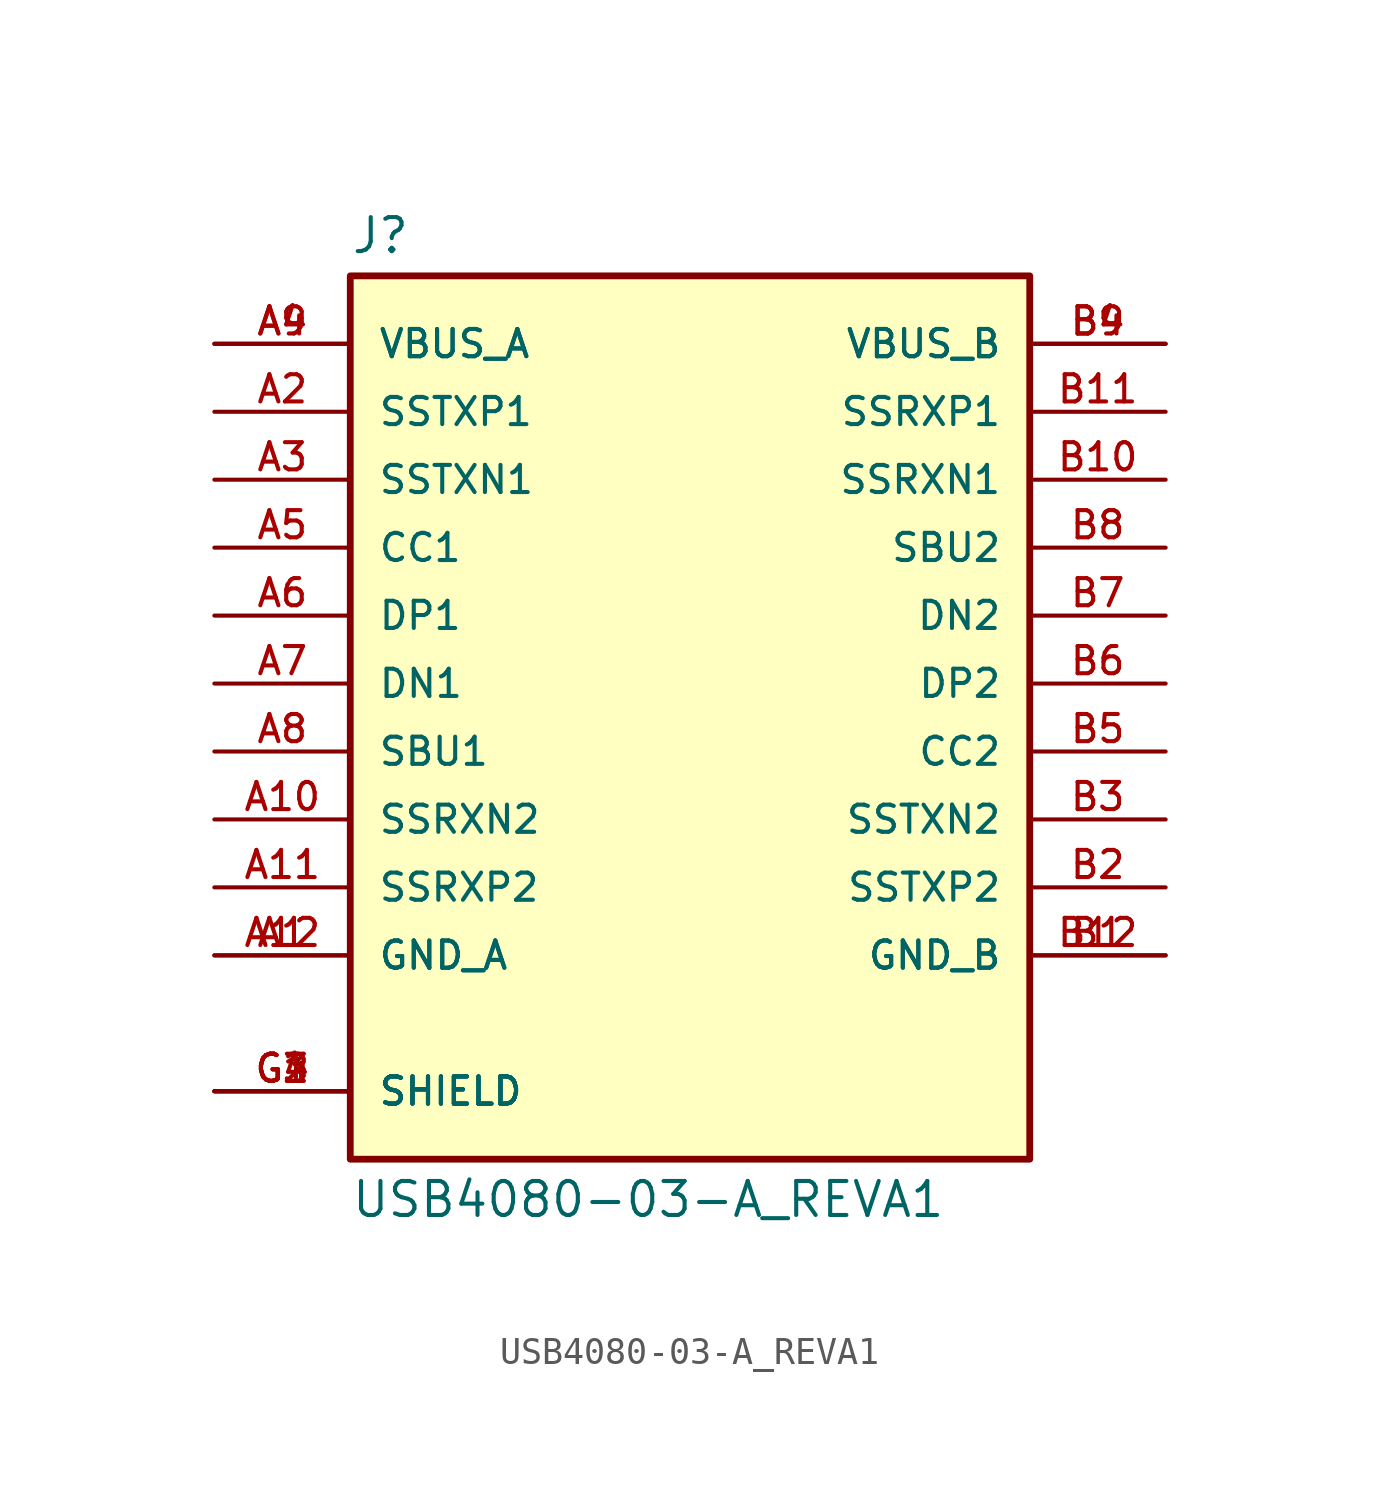
<source format=kicad_sym>
(kicad_symbol_lib
  (version 20211014)
  (generator kicad_symbol_editor)
  (symbol "USB4080-03-A_REVA1"
    (pin_names
      (offset 1.016))
    (property "Reference" "J"
      (at -12.7 16.002 0)
      (effects (font (size 1.27 1.27)) (justify bottom left)))
    (property "Value" "USB4080-03-A_REVA1"
      (at -12.7 -18.542 0)
      (effects (font (size 1.27 1.27)) (justify top left)))
    (symbol "USB4080-03-A_REVA1_0_0"
      (rectangle (start -12.7 -17.78) (end 12.7 15.24) (stroke (width 0.254)) (fill (type background)))
      (pin power_in line (at 17.78 12.7 180.0) (length 5.08) (name "VBUS_B" (effects (font (size 1.016 1.016)))) (number "B4" (effects (font (size 1.016 1.016)))))
      (pin power_in line (at 17.78 12.7 180.0) (length 5.08) (name "VBUS_B" (effects (font (size 1.016 1.016)))) (number "B9" (effects (font (size 1.016 1.016)))))
      (pin power_in line (at -17.78 -10.16 0) (length 5.08) (name "GND_A" (effects (font (size 1.016 1.016)))) (number "A1" (effects (font (size 1.016 1.016)))))
      (pin power_in line (at -17.78 -10.16 0) (length 5.08) (name "GND_A" (effects (font (size 1.016 1.016)))) (number "A12" (effects (font (size 1.016 1.016)))))
      (pin bidirectional line (at -17.78 5.08 0) (length 5.08) (name "CC1" (effects (font (size 1.016 1.016)))) (number "A5" (effects (font (size 1.016 1.016)))))
      (pin bidirectional line (at -17.78 -2.54 0) (length 5.08) (name "SBU1" (effects (font (size 1.016 1.016)))) (number "A8" (effects (font (size 1.016 1.016)))))
      (pin bidirectional line (at 17.78 -2.54 180.0) (length 5.08) (name "CC2" (effects (font (size 1.016 1.016)))) (number "B5" (effects (font (size 1.016 1.016)))))
      (pin bidirectional line (at 17.78 5.08 180.0) (length 5.08) (name "SBU2" (effects (font (size 1.016 1.016)))) (number "B8" (effects (font (size 1.016 1.016)))))
      (pin bidirectional line (at -17.78 2.54 0) (length 5.08) (name "DP1" (effects (font (size 1.016 1.016)))) (number "A6" (effects (font (size 1.016 1.016)))))
      (pin bidirectional line (at -17.78 0.0 0) (length 5.08) (name "DN1" (effects (font (size 1.016 1.016)))) (number "A7" (effects (font (size 1.016 1.016)))))
      (pin bidirectional line (at 17.78 0.0 180.0) (length 5.08) (name "DP2" (effects (font (size 1.016 1.016)))) (number "B6" (effects (font (size 1.016 1.016)))))
      (pin bidirectional line (at 17.78 2.54 180.0) (length 5.08) (name "DN2" (effects (font (size 1.016 1.016)))) (number "B7" (effects (font (size 1.016 1.016)))))
      (pin bidirectional line (at -17.78 10.16 0) (length 5.08) (name "SSTXP1" (effects (font (size 1.016 1.016)))) (number "A2" (effects (font (size 1.016 1.016)))))
      (pin bidirectional line (at -17.78 7.62 0) (length 5.08) (name "SSTXN1" (effects (font (size 1.016 1.016)))) (number "A3" (effects (font (size 1.016 1.016)))))
      (pin bidirectional line (at 17.78 -7.62 180.0) (length 5.08) (name "SSTXP2" (effects (font (size 1.016 1.016)))) (number "B2" (effects (font (size 1.016 1.016)))))
      (pin bidirectional line (at 17.78 -5.08 180.0) (length 5.08) (name "SSTXN2" (effects (font (size 1.016 1.016)))) (number "B3" (effects (font (size 1.016 1.016)))))
      (pin bidirectional line (at -17.78 -7.62 0) (length 5.08) (name "SSRXP2" (effects (font (size 1.016 1.016)))) (number "A11" (effects (font (size 1.016 1.016)))))
      (pin bidirectional line (at -17.78 -5.08 0) (length 5.08) (name "SSRXN2" (effects (font (size 1.016 1.016)))) (number "A10" (effects (font (size 1.016 1.016)))))
      (pin bidirectional line (at 17.78 10.16 180.0) (length 5.08) (name "SSRXP1" (effects (font (size 1.016 1.016)))) (number "B11" (effects (font (size 1.016 1.016)))))
      (pin bidirectional line (at 17.78 7.62 180.0) (length 5.08) (name "SSRXN1" (effects (font (size 1.016 1.016)))) (number "B10" (effects (font (size 1.016 1.016)))))
      (pin power_in line (at -17.78 12.7 0) (length 5.08) (name "VBUS_A" (effects (font (size 1.016 1.016)))) (number "A4" (effects (font (size 1.016 1.016)))))
      (pin power_in line (at -17.78 12.7 0) (length 5.08) (name "VBUS_A" (effects (font (size 1.016 1.016)))) (number "A9" (effects (font (size 1.016 1.016)))))
      (pin power_in line (at 17.78 -10.16 180.0) (length 5.08) (name "GND_B" (effects (font (size 1.016 1.016)))) (number "B1" (effects (font (size 1.016 1.016)))))
      (pin power_in line (at 17.78 -10.16 180.0) (length 5.08) (name "GND_B" (effects (font (size 1.016 1.016)))) (number "B12" (effects (font (size 1.016 1.016)))))
      (pin passive line (at -17.78 -15.24 0) (length 5.08) (name "SHIELD" (effects (font (size 1.016 1.016)))) (number "G1" (effects (font (size 1.016 1.016)))))
      (pin passive line (at -17.78 -15.24 0) (length 5.08) (name "SHIELD" (effects (font (size 1.016 1.016)))) (number "G2" (effects (font (size 1.016 1.016)))))
      (pin passive line (at -17.78 -15.24 0) (length 5.08) (name "SHIELD" (effects (font (size 1.016 1.016)))) (number "G3" (effects (font (size 1.016 1.016)))))
      (pin passive line (at -17.78 -15.24 0) (length 5.08) (name "SHIELD" (effects (font (size 1.016 1.016)))) (number "G4" (effects (font (size 1.016 1.016))))))))
</source>
